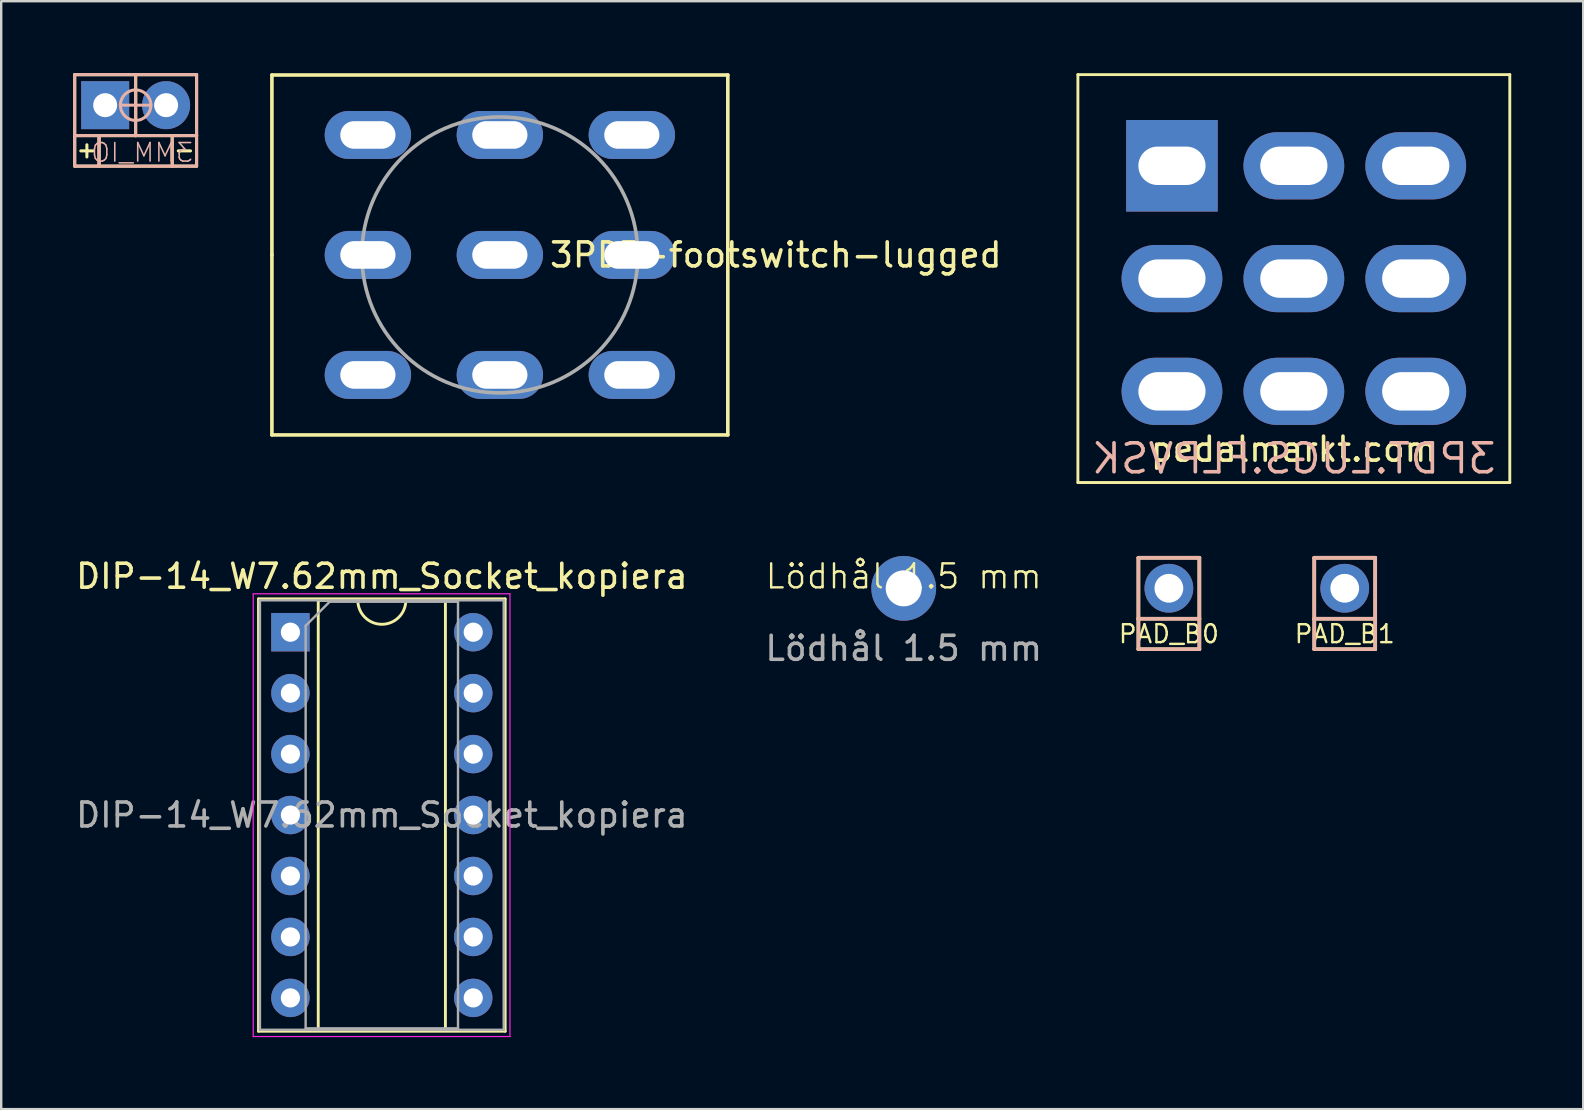
<source format=kicad_pcb>
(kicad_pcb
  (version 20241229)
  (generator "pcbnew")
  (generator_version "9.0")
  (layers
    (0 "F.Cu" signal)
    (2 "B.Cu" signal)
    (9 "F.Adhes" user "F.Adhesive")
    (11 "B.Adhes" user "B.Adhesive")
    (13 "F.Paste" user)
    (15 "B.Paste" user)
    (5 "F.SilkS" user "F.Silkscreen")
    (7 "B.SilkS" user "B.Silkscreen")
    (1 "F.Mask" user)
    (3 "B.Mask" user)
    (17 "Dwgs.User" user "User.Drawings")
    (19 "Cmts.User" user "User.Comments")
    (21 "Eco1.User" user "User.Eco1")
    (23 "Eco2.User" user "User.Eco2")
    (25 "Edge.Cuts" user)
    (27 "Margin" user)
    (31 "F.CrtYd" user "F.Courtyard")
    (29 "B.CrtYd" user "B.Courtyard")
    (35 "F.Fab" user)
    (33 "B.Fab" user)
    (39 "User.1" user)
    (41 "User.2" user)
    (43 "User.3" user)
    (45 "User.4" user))
  (footprint "3PDT.LUGS.FLPVSK"
    (layer "F.Cu")
    (at 50.872 8.56)
    (property "Reference" "3PDT.LUGS.FLPVSK" (at 0 7.5 0) (layer "B.SilkS") (effects (font (size 1.206 1.206) (thickness 0.152)) (justify mirror)))
    (attr through_hole)
    (fp_line (start -9 -8.5) (end 9 -8.5) (stroke (width 0.12) (type solid)) (layer "F.SilkS"))
    (fp_line (start -9 8.5) (end -9 -8.5) (stroke (width 0.12) (type solid)) (layer "F.SilkS"))
    (fp_line (start 9 -8.5) (end 9 8.5) (stroke (width 0.12) (type solid)) (layer "F.SilkS"))
    (fp_line (start 9 8.5) (end -9 8.5) (stroke (width 0.12) (type solid)) (layer "F.SilkS"))
    (fp_text user "pedalmarkt.com" (at 0 7.112 0) (layer "F.SilkS") (effects (font (size 1 1) (thickness 0.15))))
    (pad "1" thru_hole rect (at -5.08 -4.7 180) (size 3.816 3.816) (drill oval 2.8 1.6) (layers "*.Cu" "*.Mask"))
    (pad "2" thru_hole oval (at -5.08 0 180) (size 4.2 2.8) (drill oval 2.8 1.6) (layers "*.Cu" "*.Mask"))
    (pad "3" thru_hole oval (at -5.08 4.7 180) (size 4.2 2.8) (drill oval 2.8 1.6) (layers "*.Cu" "*.Mask"))
    (pad "4" thru_hole oval (at 0 -4.7 180) (size 4.2 2.8) (drill oval 2.8 1.6) (layers "*.Cu" "*.Mask"))
    (pad "5" thru_hole oval (at 0 0 180) (size 4.2 2.8) (drill oval 2.8 1.6) (layers "*.Cu" "*.Mask"))
    (pad "6" thru_hole oval (at 0 4.7 180) (size 4.2 2.8) (drill oval 2.8 1.6) (layers "*.Cu" "*.Mask"))
    (pad "7" thru_hole oval (at 5.08 -4.7 180) (size 4.2 2.8) (drill oval 2.8 1.6) (layers "*.Cu" "*.Mask"))
    (pad "8" thru_hole oval (at 5.08 0 180) (size 4.2 2.8) (drill oval 2.8 1.6) (layers "*.Cu" "*.Mask"))
    (pad "9" thru_hole oval (at 5.08 4.7 180) (size 4.2 2.8) (drill oval 2.8 1.6) (layers "*.Cu" "*.Mask")))
  (footprint "3MM_IO"
    (layer "F.Cu")
    (at 2.603 1.333)
    (property "Reference" "3MM_IO" (at -1.905 1.524 0) (layer "B.SilkS") (effects (font (size 0.772 0.772) (thickness 0.065)) (justify right top mirror)))
    (attr through_hole)
    (fp_line (start -2.54 -1.27) (end 0 -1.27) (stroke (width 0.127) (type solid)) (layer "F.SilkS"))
    (fp_line (start -2.54 1.27) (end -2.54 -1.27) (stroke (width 0.127) (type solid)) (layer "F.SilkS"))
    (fp_line (start -2.54 2.54) (end -2.54 1.27) (stroke (width 0.127) (type solid)) (layer "F.SilkS"))
    (fp_line (start -2.286 1.905) (end -1.778 1.905) (stroke (width 0.127) (type solid)) (layer "F.SilkS"))
    (fp_line (start -2.032 1.651) (end -2.032 2.159) (stroke (width 0.127) (type solid)) (layer "F.SilkS"))
    (fp_line (start -1.524 1.27) (end -2.54 1.27) (stroke (width 0.127) (type solid)) (layer "F.SilkS"))
    (fp_line (start -1.524 1.27) (end -1.524 2.54) (stroke (width 0.127) (type solid)) (layer "F.SilkS"))
    (fp_line (start -1.524 2.54) (end -2.54 2.54) (stroke (width 0.127) (type solid)) (layer "F.SilkS"))
    (fp_line (start 0 1.27) (end -1.524 1.27) (stroke (width 0.127) (type solid)) (layer "F.SilkS"))
    (fp_line (start 0 1.27) (end 0 -1.27) (stroke (width 0.127) (type solid)) (layer "F.SilkS"))
    (fp_line (start 1.524 1.27) (end 0 1.27) (stroke (width 0.127) (type solid)) (layer "F.SilkS"))
    (fp_line (start 1.524 1.27) (end 1.524 2.54) (stroke (width 0.127) (type solid)) (layer "F.SilkS"))
    (fp_line (start 1.524 2.54) (end -1.524 2.54) (stroke (width 0.127) (type solid)) (layer "F.SilkS"))
    (fp_line (start 1.778 1.905) (end 2.286 1.905) (stroke (width 0.127) (type solid)) (layer "F.SilkS"))
    (fp_line (start 2.54 -1.27) (end 0 -1.27) (stroke (width 0.127) (type solid)) (layer "F.SilkS"))
    (fp_line (start 2.54 -1.27) (end 2.54 1.27) (stroke (width 0.127) (type solid)) (layer "F.SilkS"))
    (fp_line (start 2.54 1.27) (end 1.524 1.27) (stroke (width 0.127) (type solid)) (layer "F.SilkS"))
    (fp_line (start 2.54 1.27) (end 2.54 1.778) (stroke (width 0.127) (type solid)) (layer "F.SilkS"))
    (fp_line (start 2.54 1.778) (end 2.54 2.032) (stroke (width 0.127) (type solid)) (layer "F.SilkS"))
    (fp_line (start 2.54 2.032) (end 2.54 2.159) (stroke (width 0.127) (type solid)) (layer "F.SilkS"))
    (fp_line (start 2.54 2.159) (end 2.54 2.54) (stroke (width 0.127) (type solid)) (layer "F.SilkS"))
    (fp_line (start 2.54 2.54) (end 1.524 2.54) (stroke (width 0.127) (type solid)) (layer "F.SilkS"))
    (fp_line (start -2.54 -1.27) (end -2.54 1.27) (stroke (width 0.127) (type solid)) (layer "B.SilkS"))
    (fp_line (start -2.54 1.27) (end -2.54 2.54) (stroke (width 0.127) (type solid)) (layer "B.SilkS"))
    (fp_line (start -2.54 1.27) (end -1.524 1.27) (stroke (width 0.127) (type solid)) (layer "B.SilkS"))
    (fp_line (start -2.54 2.54) (end -1.524 2.54) (stroke (width 0.127) (type solid)) (layer "B.SilkS"))
    (fp_line (start -1.524 1.27) (end -1.524 2.54) (stroke (width 0.127) (type solid)) (layer "B.SilkS"))
    (fp_line (start -1.524 1.27) (end -1.524 2.54) (stroke (width 0.127) (type solid)) (layer "B.SilkS"))
    (fp_line (start -1.524 1.27) (end 0 1.27) (stroke (width 0.127) (type solid)) (layer "B.SilkS"))
    (fp_line (start -1.524 2.54) (end 1.524 2.54) (stroke (width 0.127) (type solid)) (layer "B.SilkS"))
    (fp_line (start -0.635 0) (end 0.635 0) (stroke (width 0.127) (type solid)) (layer "B.SilkS"))
    (fp_line (start 0 -1.27) (end -2.54 -1.27) (stroke (width 0.127) (type solid)) (layer "B.SilkS"))
    (fp_line (start 0 -1.27) (end 2.54 -1.27) (stroke (width 0.127) (type solid)) (layer "B.SilkS"))
    (fp_line (start 0 -0.635) (end 0 0.635) (stroke (width 0.127) (type solid)) (layer "B.SilkS"))
    (fp_line (start 0 1.27) (end 0 -1.27) (stroke (width 0.127) (type solid)) (layer "B.SilkS"))
    (fp_line (start 0 1.27) (end 1.524 1.27) (stroke (width 0.127) (type solid)) (layer "B.SilkS"))
    (fp_line (start 1.524 1.27) (end 1.524 2.54) (stroke (width 0.127) (type solid)) (layer "B.SilkS"))
    (fp_line (start 1.524 1.27) (end 2.54 1.27) (stroke (width 0.127) (type solid)) (layer "B.SilkS"))
    (fp_line (start 1.524 2.54) (end 2.54 2.54) (stroke (width 0.127) (type solid)) (layer "B.SilkS"))
    (fp_line (start 2.54 1.27) (end 2.54 -1.27) (stroke (width 0.127) (type solid)) (layer "B.SilkS"))
    (fp_line (start 2.54 2.159) (end 2.54 1.27) (stroke (width 0.127) (type solid)) (layer "B.SilkS"))
    (fp_line (start 2.54 2.54) (end 2.54 2.159) (stroke (width 0.127) (type solid)) (layer "B.SilkS"))
    (fp_circle (center 0 0) (end 0.635 0) (stroke (width 0.127) (type solid)) (fill no) (layer "B.SilkS"))
    (pad "1" thru_hole oval (at 1.27 0) (size 2 2) (drill 1) (layers "*.Cu" "*.Mask"))
    (pad "2" thru_hole rect (at -1.27 0) (size 2 2) (drill 1) (layers "*.Cu" "*.Mask")))
  (footprint "3PDT-footswitch-lugged"
    (layer "F.Cu")
    (at 17.782 7.575)
    (property "Reference" "3PDT-footswitch-lugged" (at 11.5 0 0) (layer "F.SilkS") (effects (font (size 1 1) (thickness 0.15))))
    (attr through_hole)
    (fp_line (start -9.5 -7.5) (end -9.5 0) (stroke (width 0.15) (type solid)) (layer "F.SilkS"))
    (fp_line (start -9.5 0) (end -9.5 7.5) (stroke (width 0.15) (type solid)) (layer "F.SilkS"))
    (fp_line (start -9.5 7.5) (end 9.5 7.5) (stroke (width 0.15) (type solid)) (layer "F.SilkS"))
    (fp_line (start 9.5 -7.5) (end -9.5 -7.5) (stroke (width 0.15) (type solid)) (layer "F.SilkS"))
    (fp_line (start 9.5 7.5) (end 9.5 -7.5) (stroke (width 0.15) (type solid)) (layer "F.SilkS"))
    (fp_circle (center 0 0) (end 0 -5.75) (stroke (width 0.15) (type solid)) (fill no) (layer "F.Fab"))
    (pad "1" thru_hole oval (at -5.5 -5 270) (size 2 3.6) (drill oval 1.15 2.3) (layers "*.Cu" "*.Mask"))
    (pad "2" thru_hole oval (at -5.5 0 270) (size 2 3.6) (drill oval 1.15 2.3) (layers "*.Cu" "*.Mask"))
    (pad "3" thru_hole oval (at -5.5 5 270) (size 2 3.6) (drill oval 1.15 2.3) (layers "*.Cu" "*.Mask"))
    (pad "4" thru_hole oval (at 0 -5 270) (size 2 3.6) (drill oval 1.15 2.3) (layers "*.Cu" "*.Mask"))
    (pad "5" thru_hole oval (at 0 0 270) (size 2 3.6) (drill oval 1.15 2.3) (layers "*.Cu" "*.Mask"))
    (pad "6" thru_hole oval (at 0 5 270) (size 2 3.6) (drill oval 1.15 2.3) (layers "*.Cu" "*.Mask"))
    (pad "7" thru_hole oval (at 5.5 -5 270) (size 2 3.6) (drill oval 1.15 2.3) (layers "*.Cu" "*.Mask"))
    (pad "8" thru_hole oval (at 5.5 0 270) (size 2 3.6) (drill oval 1.15 2.3) (layers "*.Cu" "*.Mask"))
    (pad "9" thru_hole oval (at 5.5 5 270) (size 2 3.6) (drill oval 1.15 2.3) (layers "*.Cu" "*.Mask")))
  (footprint "Lödhål 1.5 mm"
    (layer "F.Cu")
    (at 34.613 21.47)
    (property "Reference" "Lödhål 1.5 mm" (at 0 -0.5 0) (unlocked yes) (layer "F.SilkS") (effects (font (size 1 1) (thickness 0.1))))
    (attr through_hole)
    (fp_text user "${REFERENCE}" (at 0 2.5 0) (unlocked yes) (layer "F.Fab") (effects (font (size 1 1) (thickness 0.15))))
    (pad "1" thru_hole circle (at 0 0) (size 2.7 2.7) (drill 1.5) (layers "*.Cu" "*.Mask")))
  (footprint "DIP-14_W7.62mm_Socket_kopiera"
    (layer "F.Cu")
    (at 9.053 23.298)
    (property "Reference" "DIP-14_W7.62mm_Socket_kopiera" (at 3.81 -2.33 0) (layer "F.SilkS") (effects (font (size 1 1) (thickness 0.15))))
    (attr through_hole)
    (fp_line (start -1.33 -1.39) (end -1.33 16.63) (stroke (width 0.12) (type solid)) (layer "F.SilkS"))
    (fp_line (start -1.33 16.63) (end 8.95 16.63) (stroke (width 0.12) (type solid)) (layer "F.SilkS"))
    (fp_line (start 1.16 -1.33) (end 1.16 16.57) (stroke (width 0.12) (type solid)) (layer "F.SilkS"))
    (fp_line (start 1.16 16.57) (end 6.46 16.57) (stroke (width 0.12) (type solid)) (layer "F.SilkS"))
    (fp_line (start 2.81 -1.33) (end 1.16 -1.33) (stroke (width 0.12) (type solid)) (layer "F.SilkS"))
    (fp_line (start 6.46 -1.33) (end 4.81 -1.33) (stroke (width 0.12) (type solid)) (layer "F.SilkS"))
    (fp_line (start 6.46 16.57) (end 6.46 -1.33) (stroke (width 0.12) (type solid)) (layer "F.SilkS"))
    (fp_line (start 8.95 -1.39) (end -1.33 -1.39) (stroke (width 0.12) (type solid)) (layer "F.SilkS"))
    (fp_line (start 8.95 16.63) (end 8.95 -1.39) (stroke (width 0.12) (type solid)) (layer "F.SilkS"))
    (fp_arc (start 4.81 -1.33) (mid 3.81 -0.33) (end 2.81 -1.33) (stroke (width 0.12) (type solid)) (layer "F.SilkS"))
    (fp_line (start -1.55 -1.6) (end -1.55 16.85) (stroke (width 0.05) (type solid)) (layer "F.CrtYd"))
    (fp_line (start -1.55 16.85) (end 9.15 16.85) (stroke (width 0.05) (type solid)) (layer "F.CrtYd"))
    (fp_line (start 9.15 -1.6) (end -1.55 -1.6) (stroke (width 0.05) (type solid)) (layer "F.CrtYd"))
    (fp_line (start 9.15 16.85) (end 9.15 -1.6) (stroke (width 0.05) (type solid)) (layer "F.CrtYd"))
    (fp_line (start -1.27 -1.33) (end -1.27 16.57) (stroke (width 0.1) (type solid)) (layer "F.Fab"))
    (fp_line (start -1.27 16.57) (end 8.89 16.57) (stroke (width 0.1) (type solid)) (layer "F.Fab"))
    (fp_line (start 0.635 -0.27) (end 1.635 -1.27) (stroke (width 0.1) (type solid)) (layer "F.Fab"))
    (fp_line (start 0.635 16.51) (end 0.635 -0.27) (stroke (width 0.1) (type solid)) (layer "F.Fab"))
    (fp_line (start 1.635 -1.27) (end 6.985 -1.27) (stroke (width 0.1) (type solid)) (layer "F.Fab"))
    (fp_line (start 6.985 -1.27) (end 6.985 16.51) (stroke (width 0.1) (type solid)) (layer "F.Fab"))
    (fp_line (start 6.985 16.51) (end 0.635 16.51) (stroke (width 0.1) (type solid)) (layer "F.Fab"))
    (fp_line (start 8.89 -1.33) (end -1.27 -1.33) (stroke (width 0.1) (type solid)) (layer "F.Fab"))
    (fp_line (start 8.89 16.57) (end 8.89 -1.33) (stroke (width 0.1) (type solid)) (layer "F.Fab"))
    (fp_text user "${REFERENCE}" (at 3.81 7.62 0) (layer "F.Fab") (effects (font (size 1 1) (thickness 0.15))))
    (pad "1" thru_hole rect (at 0 0) (size 1.6 1.6) (drill 0.8) (layers "*.Cu" "*.Mask"))
    (pad "2" thru_hole oval (at 0 2.54) (size 1.6 1.6) (drill 0.8) (layers "*.Cu" "*.Mask"))
    (pad "3" thru_hole oval (at 0 5.08) (size 1.6 1.6) (drill 0.8) (layers "*.Cu" "*.Mask"))
    (pad "4" thru_hole oval (at 0 7.62) (size 1.6 1.6) (drill 0.8) (layers "*.Cu" "*.Mask"))
    (pad "5" thru_hole oval (at 0 10.16) (size 1.6 1.6) (drill 0.8) (layers "*.Cu" "*.Mask"))
    (pad "6" thru_hole oval (at 0 12.7) (size 1.6 1.6) (drill 0.8) (layers "*.Cu" "*.Mask"))
    (pad "7" thru_hole oval (at 0 15.24) (size 1.6 1.6) (drill 0.8) (layers "*.Cu" "*.Mask"))
    (pad "8" thru_hole oval (at 7.62 15.24) (size 1.6 1.6) (drill 0.8) (layers "*.Cu" "*.Mask"))
    (pad "9" thru_hole oval (at 7.62 12.7) (size 1.6 1.6) (drill 0.8) (layers "*.Cu" "*.Mask"))
    (pad "10" thru_hole oval (at 7.62 10.16) (size 1.6 1.6) (drill 0.8) (layers "*.Cu" "*.Mask"))
    (pad "11" thru_hole oval (at 7.62 7.62) (size 1.6 1.6) (drill 0.8) (layers "*.Cu" "*.Mask"))
    (pad "12" thru_hole oval (at 7.62 5.08) (size 1.6 1.6) (drill 0.8) (layers "*.Cu" "*.Mask"))
    (pad "13" thru_hole oval (at 7.62 2.54) (size 1.6 1.6) (drill 0.8) (layers "*.Cu" "*.Mask"))
    (pad "14" thru_hole oval (at 7.62 0) (size 1.6 1.6) (drill 0.8) (layers "*.Cu" "*.Mask")))
  (footprint "PAD_B0"
    (layer "F.Cu")
    (at 45.664 21.466)
    (property "Reference" "PAD_B0" (at 0 1.905 0) (layer "F.SilkS") (effects (font (size 0.75 0.75) (thickness 0.1))))
    (attr through_hole)
    (fp_line (start -1.27 -1.27) (end 1.27 -1.27) (stroke (width 0.152) (type solid)) (layer "F.SilkS"))
    (fp_line (start -1.27 1.27) (end -1.27 -1.27) (stroke (width 0.152) (type solid)) (layer "F.SilkS"))
    (fp_line (start -1.27 1.27) (end -1.27 2.54) (stroke (width 0.152) (type solid)) (layer "F.SilkS"))
    (fp_line (start -1.27 2.54) (end 1.27 2.54) (stroke (width 0.152) (type solid)) (layer "F.SilkS"))
    (fp_line (start 1.27 -1.27) (end 1.27 1.27) (stroke (width 0.152) (type solid)) (layer "F.SilkS"))
    (fp_line (start 1.27 1.27) (end -1.27 1.27) (stroke (width 0.152) (type solid)) (layer "F.SilkS"))
    (fp_line (start 1.27 2.54) (end 1.27 1.27) (stroke (width 0.152) (type solid)) (layer "F.SilkS"))
    (fp_line (start -1.27 -1.27) (end -1.27 1.27) (stroke (width 0.152) (type solid)) (layer "B.SilkS"))
    (fp_line (start -1.27 1.27) (end 1.27 1.27) (stroke (width 0.152) (type solid)) (layer "B.SilkS"))
    (fp_line (start -1.27 2.54) (end -1.27 1.27) (stroke (width 0.152) (type solid)) (layer "B.SilkS"))
    (fp_line (start 1.27 -1.27) (end -1.27 -1.27) (stroke (width 0.152) (type solid)) (layer "B.SilkS"))
    (fp_line (start 1.27 1.27) (end 1.27 -1.27) (stroke (width 0.152) (type solid)) (layer "B.SilkS"))
    (fp_line (start 1.27 1.27) (end 1.27 2.54) (stroke (width 0.152) (type solid)) (layer "B.SilkS"))
    (fp_line (start 1.27 2.54) (end -1.27 2.54) (stroke (width 0.152) (type solid)) (layer "B.SilkS"))
    (pad "1" thru_hole oval (at 0 0) (size 2.032 2.032) (drill 1.2) (layers "*.Cu" "*.Mask")))
  (footprint "PAD_B1"
    (layer "F.Cu")
    (at 52.993 21.466)
    (property "Reference" "PAD_B1" (at 0 1.905 0) (layer "F.SilkS") (effects (font (size 0.75 0.75) (thickness 0.1))))
    (attr through_hole)
    (fp_line (start -1.27 -1.27) (end 1.27 -1.27) (stroke (width 0.152) (type solid)) (layer "F.SilkS"))
    (fp_line (start -1.27 1.27) (end -1.27 -1.27) (stroke (width 0.152) (type solid)) (layer "F.SilkS"))
    (fp_line (start -1.27 1.27) (end -1.27 2.54) (stroke (width 0.152) (type solid)) (layer "F.SilkS"))
    (fp_line (start -1.27 2.54) (end 1.27 2.54) (stroke (width 0.152) (type solid)) (layer "F.SilkS"))
    (fp_line (start 1.27 -1.27) (end 1.27 1.27) (stroke (width 0.152) (type solid)) (layer "F.SilkS"))
    (fp_line (start 1.27 1.27) (end -1.27 1.27) (stroke (width 0.152) (type solid)) (layer "F.SilkS"))
    (fp_line (start 1.27 2.54) (end 1.27 1.27) (stroke (width 0.152) (type solid)) (layer "F.SilkS"))
    (fp_line (start -1.27 -1.27) (end -1.27 1.27) (stroke (width 0.152) (type solid)) (layer "B.SilkS"))
    (fp_line (start -1.27 1.27) (end 1.27 1.27) (stroke (width 0.152) (type solid)) (layer "B.SilkS"))
    (fp_line (start -1.27 2.54) (end -1.27 1.27) (stroke (width 0.152) (type solid)) (layer "B.SilkS"))
    (fp_line (start 1.27 -1.27) (end -1.27 -1.27) (stroke (width 0.152) (type solid)) (layer "B.SilkS"))
    (fp_line (start 1.27 1.27) (end 1.27 -1.27) (stroke (width 0.152) (type solid)) (layer "B.SilkS"))
    (fp_line (start 1.27 1.27) (end 1.27 2.54) (stroke (width 0.152) (type solid)) (layer "B.SilkS"))
    (fp_line (start 1.27 2.54) (end -1.27 2.54) (stroke (width 0.152) (type solid)) (layer "B.SilkS"))
    (pad "1" thru_hole oval (at 0 0) (size 2.032 2.032) (drill 1.2) (layers "*.Cu" "*.Mask")))
  (gr_rect
    (start -3 -3)
    (end 62.932 43.173)
    (stroke (width 0.1) (type default))
    (fill no)
    (layer "Edge.Cuts")))
</source>
